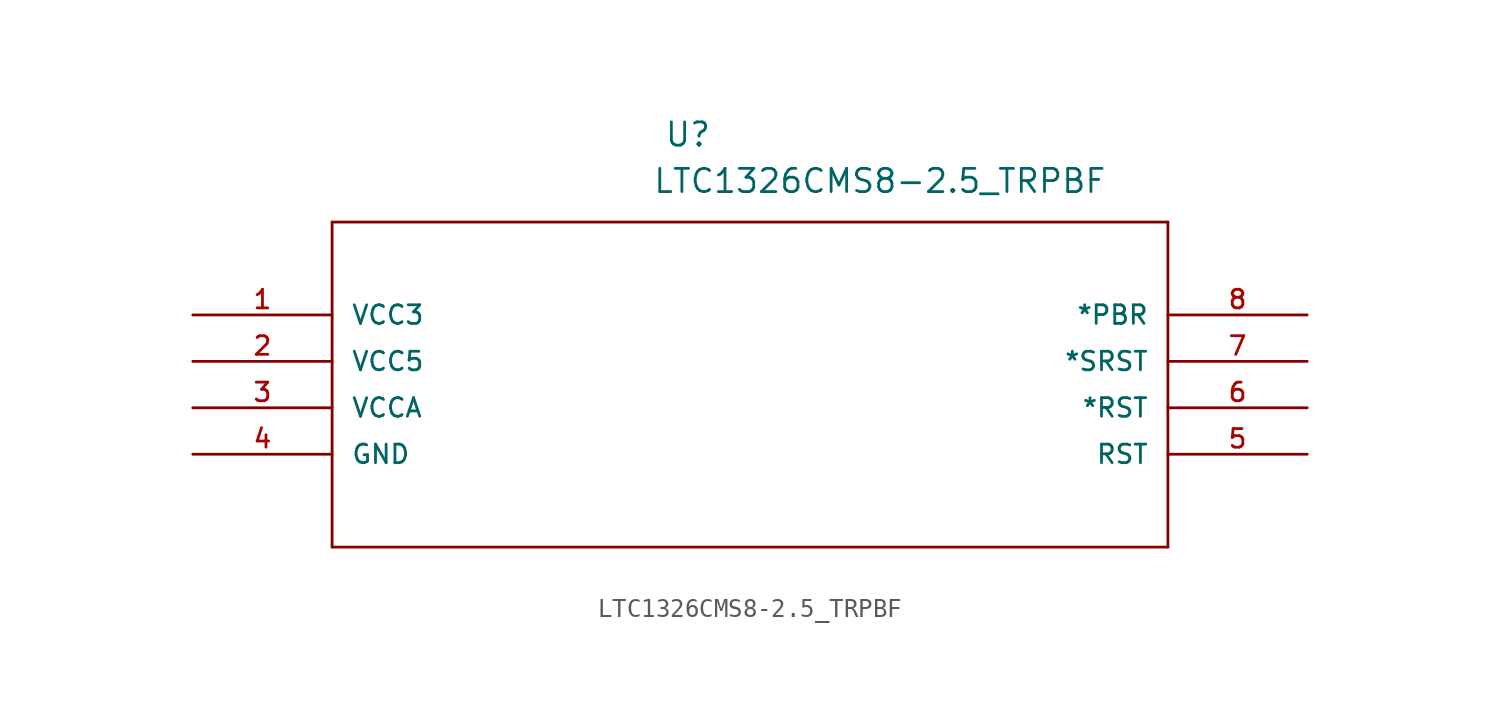
<source format=kicad_sym>
(kicad_symbol_lib
  (version 20211014)
  (generator kicad_symbol_editor)
  (symbol "LTC1326CMS8-2.5_TRPBF"
    (pin_names
      (offset 1.016))
    (property "Reference" "U"
      (at 25.776 9.126 0.0)
      (effects (font (size 1.27 1.27)) (justify bottom left)))
    (property "Value" "LTC1326CMS8-2.5_TRPBF"
      (at 25.142 6.584 0.0)
      (effects (font (size 1.27 1.27)) (justify bottom left)))
    (symbol "LTC1326CMS8-2.5_TRPBF_0_0"
      (polyline (pts (xy 7.62 5.08) (xy 7.62 -12.7)) (stroke (width 0.152)))
      (polyline (pts (xy 7.62 -12.7) (xy 53.34 -12.7)) (stroke (width 0.152)))
      (polyline (pts (xy 53.34 -12.7) (xy 53.34 5.08)) (stroke (width 0.152)))
      (polyline (pts (xy 53.34 5.08) (xy 7.62 5.08)) (stroke (width 0.152)))
      (pin power_in line (at 0.0 0.0 0) (length 7.62) (name "VCC3" (effects (font (size 1.016 1.016)))) (number "1" (effects (font (size 1.016 1.016)))))
      (pin power_in line (at 0.0 -2.54 0) (length 7.62) (name "VCC5" (effects (font (size 1.016 1.016)))) (number "2" (effects (font (size 1.016 1.016)))))
      (pin power_in line (at 0.0 -5.08 0) (length 7.62) (name "VCCA" (effects (font (size 1.016 1.016)))) (number "3" (effects (font (size 1.016 1.016)))))
      (pin power_in line (at 0.0 -7.62 0) (length 7.62) (name "GND" (effects (font (size 1.016 1.016)))) (number "4" (effects (font (size 1.016 1.016)))))
      (pin output line (at 60.96 -7.62 180.0) (length 7.62) (name "RST" (effects (font (size 1.016 1.016)))) (number "5" (effects (font (size 1.016 1.016)))))
      (pin output line (at 60.96 -5.08 180.0) (length 7.62) (name "*RST" (effects (font (size 1.016 1.016)))) (number "6" (effects (font (size 1.016 1.016)))))
      (pin output line (at 60.96 -2.54 180.0) (length 7.62) (name "*SRST" (effects (font (size 1.016 1.016)))) (number "7" (effects (font (size 1.016 1.016)))))
      (pin input line (at 60.96 0.0 180.0) (length 7.62) (name "*PBR" (effects (font (size 1.016 1.016)))) (number "8" (effects (font (size 1.016 1.016))))))))
</source>
